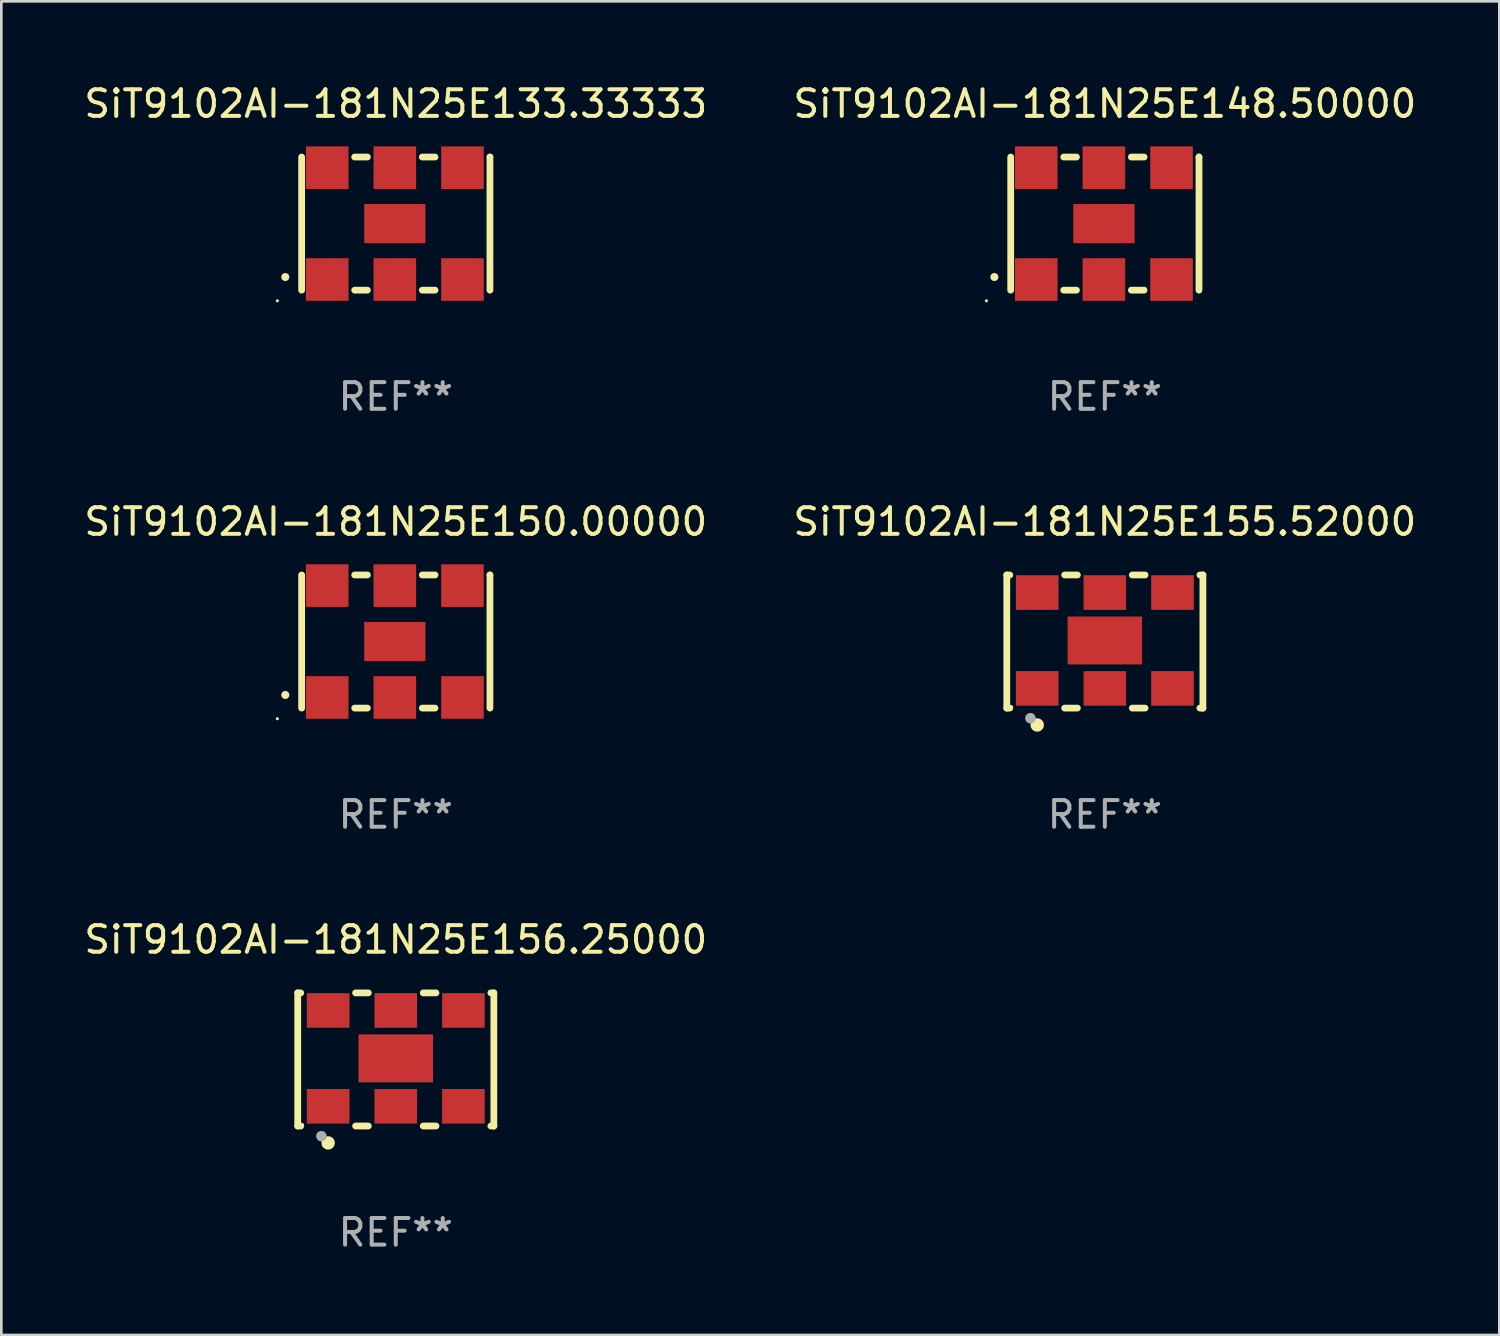
<source format=kicad_pcb>
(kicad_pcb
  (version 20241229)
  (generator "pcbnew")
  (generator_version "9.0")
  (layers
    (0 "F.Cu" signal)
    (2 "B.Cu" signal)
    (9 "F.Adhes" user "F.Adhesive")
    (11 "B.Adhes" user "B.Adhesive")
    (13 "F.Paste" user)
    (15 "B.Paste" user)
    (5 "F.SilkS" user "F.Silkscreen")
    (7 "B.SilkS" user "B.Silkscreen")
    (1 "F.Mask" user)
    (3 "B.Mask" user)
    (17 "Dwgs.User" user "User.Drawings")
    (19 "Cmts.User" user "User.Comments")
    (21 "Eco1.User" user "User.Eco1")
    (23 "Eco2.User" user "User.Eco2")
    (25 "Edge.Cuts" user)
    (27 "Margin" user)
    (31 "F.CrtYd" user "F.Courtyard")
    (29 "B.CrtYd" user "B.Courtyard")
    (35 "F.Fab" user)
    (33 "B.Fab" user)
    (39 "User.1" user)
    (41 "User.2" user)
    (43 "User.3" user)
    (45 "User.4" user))
  (footprint "SiT9102AI-181N25E156.25000"
    (layer "F.Cu")
    (at 11.815 36.741)
    (property "Reference" "SiT9102AI-181N25E156.25000" (at 0 -4.5 0) (layer "F.SilkS") (effects (font (size 1 1) (thickness 0.15))))
    (attr through_hole)
    (fp_line (start -3.683 -2.5) (end -3.571 -2.5) (stroke (width 0.254) (type solid)) (layer "F.SilkS"))
    (fp_line (start -3.683 2.5) (end -3.683 -2.5) (stroke (width 0.254) (type solid)) (layer "F.SilkS"))
    (fp_line (start -3.683 2.5) (end -3.571 2.5) (stroke (width 0.254) (type solid)) (layer "F.SilkS"))
    (fp_line (start -1.509 -2.5) (end -1.031 -2.5) (stroke (width 0.254) (type solid)) (layer "F.SilkS"))
    (fp_line (start -1.509 2.5) (end -1.031 2.5) (stroke (width 0.254) (type solid)) (layer "F.SilkS"))
    (fp_line (start 1.031 -2.5) (end 1.509 -2.5) (stroke (width 0.254) (type solid)) (layer "F.SilkS"))
    (fp_line (start 1.031 2.5) (end 1.509 2.5) (stroke (width 0.254) (type solid)) (layer "F.SilkS"))
    (fp_line (start 3.571 -2.5) (end 3.683 -2.5) (stroke (width 0.254) (type solid)) (layer "F.SilkS"))
    (fp_line (start 3.571 2.5) (end 3.683 2.5) (stroke (width 0.254) (type solid)) (layer "F.SilkS"))
    (fp_line (start 3.683 2.5) (end 3.683 -2.5) (stroke (width 0.254) (type solid)) (layer "F.SilkS"))
    (fp_circle (center -3.5 2.46) (end -3.47 2.46) (stroke (width 0.06) (type solid)) (fill no) (layer "F.SilkS"))
    (fp_circle (center -2.54 3.135) (end -2.413 3.135) (stroke (width 0.254) (type solid)) (fill no) (layer "F.SilkS"))
    (fp_circle (center -2.794 2.881) (end -2.694 2.881) (stroke (width 0.2) (type solid)) (fill no) (layer "F.Fab"))
    (fp_text user "REF**" (at 0 6.5 0) (layer "F.Fab") (effects (font (size 1 1) (thickness 0.15))))
    (pad "1" smd rect (at -2.54 1.76) (size 1.6 1.3) (layers "F.Cu" "F.Mask" "F.Paste"))
    (pad "2" smd rect (at 0 1.76) (size 1.6 1.3) (layers "F.Cu" "F.Mask" "F.Paste"))
    (pad "3" smd rect (at 2.54 1.76) (size 1.6 1.3) (layers "F.Cu" "F.Mask" "F.Paste"))
    (pad "4" smd rect (at 2.54 -1.84) (size 1.6 1.3) (layers "F.Cu" "F.Mask" "F.Paste"))
    (pad "5" smd rect (at 0 -1.84) (size 1.6 1.3) (layers "F.Cu" "F.Mask" "F.Paste"))
    (pad "6" smd rect (at -2.54 -1.84) (size 1.6 1.3) (layers "F.Cu" "F.Mask" "F.Paste"))
    (pad "7" smd rect (at 0 -0.04) (size 2.8 1.8) (layers "F.Cu" "F.Mask" "F.Paste")))
  (footprint "SiT9102AI-181N25E148.50000"
    (layer "F.Cu")
    (at 38.446 5.348)
    (property "Reference" "SiT9102AI-181N25E148.50000" (at 0 -4.5 0) (layer "F.SilkS") (effects (font (size 1 1) (thickness 0.15))))
    (attr through_hole)
    (fp_line (start -3.536 -2.5) (end -3.536 2.5) (stroke (width 0.254) (type solid)) (layer "F.SilkS"))
    (fp_line (start -1.544 2.5) (end -1.067 2.5) (stroke (width 0.254) (type solid)) (layer "F.SilkS"))
    (fp_line (start -1.067 -2.5) (end -1.544 -2.5) (stroke (width 0.254) (type solid)) (layer "F.SilkS"))
    (fp_line (start 0.996 2.5) (end 1.473 2.5) (stroke (width 0.254) (type solid)) (layer "F.SilkS"))
    (fp_line (start 1.473 -2.5) (end 0.996 -2.5) (stroke (width 0.254) (type solid)) (layer "F.SilkS"))
    (fp_line (start 3.536 -2.5) (end 3.536 -2.5) (stroke (width 0.254) (type solid)) (layer "F.SilkS"))
    (fp_line (start 3.536 2.5) (end 3.536 -2.5) (stroke (width 0.254) (type solid)) (layer "F.SilkS"))
    (fp_arc (start -4.150432 2.006604) (mid -4.149162 2.006599) (end -4.147892 2.006604) (stroke (width 0.3) (type solid)) (layer "F.SilkS"))
    (fp_circle (center -4.449 2.9) (end -4.419 2.9) (stroke (width 0.06) (type solid)) (fill no) (layer "F.SilkS"))
    (fp_text user "REF**" (at 0 6.5 0) (layer "F.Fab") (effects (font (size 1 1) (thickness 0.15))))
    (pad "1" smd rect (at -2.576 2.1) (size 1.6 1.6) (layers "F.Cu" "F.Mask" "F.Paste"))
    (pad "2" smd rect (at -0.036 2.1) (size 1.6 1.6) (layers "F.Cu" "F.Mask" "F.Paste"))
    (pad "3" smd rect (at 2.504 2.1) (size 1.6 1.6) (layers "F.Cu" "F.Mask" "F.Paste"))
    (pad "4" smd rect (at 2.504 -2.1) (size 1.6 1.6) (layers "F.Cu" "F.Mask" "F.Paste"))
    (pad "5" smd rect (at -0.036 -2.1) (size 1.6 1.6) (layers "F.Cu" "F.Mask" "F.Paste"))
    (pad "6" smd rect (at -2.576 -2.1) (size 1.6 1.6) (layers "F.Cu" "F.Mask" "F.Paste"))
    (pad "7" smd rect (at -0.036 0) (size 2.3 1.47) (layers "F.Cu" "F.Mask" "F.Paste")))
  (footprint "SiT9102AI-181N25E133.33333"
    (layer "F.Cu")
    (at 11.815 5.348)
    (property "Reference" "SiT9102AI-181N25E133.33333" (at 0 -4.5 0) (layer "F.SilkS") (effects (font (size 1 1) (thickness 0.15))))
    (attr through_hole)
    (fp_line (start -3.536 -2.5) (end -3.536 2.5) (stroke (width 0.254) (type solid)) (layer "F.SilkS"))
    (fp_line (start -1.544 2.5) (end -1.067 2.5) (stroke (width 0.254) (type solid)) (layer "F.SilkS"))
    (fp_line (start -1.067 -2.5) (end -1.544 -2.5) (stroke (width 0.254) (type solid)) (layer "F.SilkS"))
    (fp_line (start 0.996 2.5) (end 1.473 2.5) (stroke (width 0.254) (type solid)) (layer "F.SilkS"))
    (fp_line (start 1.473 -2.5) (end 0.996 -2.5) (stroke (width 0.254) (type solid)) (layer "F.SilkS"))
    (fp_line (start 3.536 -2.5) (end 3.536 -2.5) (stroke (width 0.254) (type solid)) (layer "F.SilkS"))
    (fp_line (start 3.536 2.5) (end 3.536 -2.5) (stroke (width 0.254) (type solid)) (layer "F.SilkS"))
    (fp_arc (start -4.150432 2.006604) (mid -4.149162 2.006599) (end -4.147892 2.006604) (stroke (width 0.3) (type solid)) (layer "F.SilkS"))
    (fp_circle (center -4.449 2.9) (end -4.419 2.9) (stroke (width 0.06) (type solid)) (fill no) (layer "F.SilkS"))
    (fp_text user "REF**" (at 0 6.5 0) (layer "F.Fab") (effects (font (size 1 1) (thickness 0.15))))
    (pad "1" smd rect (at -2.576 2.1) (size 1.6 1.6) (layers "F.Cu" "F.Mask" "F.Paste"))
    (pad "2" smd rect (at -0.036 2.1) (size 1.6 1.6) (layers "F.Cu" "F.Mask" "F.Paste"))
    (pad "3" smd rect (at 2.504 2.1) (size 1.6 1.6) (layers "F.Cu" "F.Mask" "F.Paste"))
    (pad "4" smd rect (at 2.504 -2.1) (size 1.6 1.6) (layers "F.Cu" "F.Mask" "F.Paste"))
    (pad "5" smd rect (at -0.036 -2.1) (size 1.6 1.6) (layers "F.Cu" "F.Mask" "F.Paste"))
    (pad "6" smd rect (at -2.576 -2.1) (size 1.6 1.6) (layers "F.Cu" "F.Mask" "F.Paste"))
    (pad "7" smd rect (at -0.036 0) (size 2.3 1.47) (layers "F.Cu" "F.Mask" "F.Paste")))
  (footprint "SiT9102AI-181N25E155.52000"
    (layer "F.Cu")
    (at 38.446 21.045)
    (property "Reference" "SiT9102AI-181N25E155.52000" (at 0 -4.5 0) (layer "F.SilkS") (effects (font (size 1 1) (thickness 0.15))))
    (attr through_hole)
    (fp_line (start -3.683 -2.5) (end -3.571 -2.5) (stroke (width 0.254) (type solid)) (layer "F.SilkS"))
    (fp_line (start -3.683 2.5) (end -3.683 -2.5) (stroke (width 0.254) (type solid)) (layer "F.SilkS"))
    (fp_line (start -3.683 2.5) (end -3.571 2.5) (stroke (width 0.254) (type solid)) (layer "F.SilkS"))
    (fp_line (start -1.509 -2.5) (end -1.031 -2.5) (stroke (width 0.254) (type solid)) (layer "F.SilkS"))
    (fp_line (start -1.509 2.5) (end -1.031 2.5) (stroke (width 0.254) (type solid)) (layer "F.SilkS"))
    (fp_line (start 1.031 -2.5) (end 1.509 -2.5) (stroke (width 0.254) (type solid)) (layer "F.SilkS"))
    (fp_line (start 1.031 2.5) (end 1.509 2.5) (stroke (width 0.254) (type solid)) (layer "F.SilkS"))
    (fp_line (start 3.571 -2.5) (end 3.683 -2.5) (stroke (width 0.254) (type solid)) (layer "F.SilkS"))
    (fp_line (start 3.571 2.5) (end 3.683 2.5) (stroke (width 0.254) (type solid)) (layer "F.SilkS"))
    (fp_line (start 3.683 2.5) (end 3.683 -2.5) (stroke (width 0.254) (type solid)) (layer "F.SilkS"))
    (fp_circle (center -3.5 2.46) (end -3.47 2.46) (stroke (width 0.06) (type solid)) (fill no) (layer "F.SilkS"))
    (fp_circle (center -2.54 3.135) (end -2.413 3.135) (stroke (width 0.254) (type solid)) (fill no) (layer "F.SilkS"))
    (fp_circle (center -2.794 2.881) (end -2.694 2.881) (stroke (width 0.2) (type solid)) (fill no) (layer "F.Fab"))
    (fp_text user "REF**" (at 0 6.5 0) (layer "F.Fab") (effects (font (size 1 1) (thickness 0.15))))
    (pad "1" smd rect (at -2.54 1.76) (size 1.6 1.3) (layers "F.Cu" "F.Mask" "F.Paste"))
    (pad "2" smd rect (at 0 1.76) (size 1.6 1.3) (layers "F.Cu" "F.Mask" "F.Paste"))
    (pad "3" smd rect (at 2.54 1.76) (size 1.6 1.3) (layers "F.Cu" "F.Mask" "F.Paste"))
    (pad "4" smd rect (at 2.54 -1.84) (size 1.6 1.3) (layers "F.Cu" "F.Mask" "F.Paste"))
    (pad "5" smd rect (at 0 -1.84) (size 1.6 1.3) (layers "F.Cu" "F.Mask" "F.Paste"))
    (pad "6" smd rect (at -2.54 -1.84) (size 1.6 1.3) (layers "F.Cu" "F.Mask" "F.Paste"))
    (pad "7" smd rect (at 0 -0.04) (size 2.8 1.8) (layers "F.Cu" "F.Mask" "F.Paste")))
  (footprint "SiT9102AI-181N25E150.00000"
    (layer "F.Cu")
    (at 11.815 21.045)
    (property "Reference" "SiT9102AI-181N25E150.00000" (at 0 -4.5 0) (layer "F.SilkS") (effects (font (size 1 1) (thickness 0.15))))
    (attr through_hole)
    (fp_line (start -3.536 -2.5) (end -3.536 2.5) (stroke (width 0.254) (type solid)) (layer "F.SilkS"))
    (fp_line (start -1.544 2.5) (end -1.067 2.5) (stroke (width 0.254) (type solid)) (layer "F.SilkS"))
    (fp_line (start -1.067 -2.5) (end -1.544 -2.5) (stroke (width 0.254) (type solid)) (layer "F.SilkS"))
    (fp_line (start 0.996 2.5) (end 1.473 2.5) (stroke (width 0.254) (type solid)) (layer "F.SilkS"))
    (fp_line (start 1.473 -2.5) (end 0.996 -2.5) (stroke (width 0.254) (type solid)) (layer "F.SilkS"))
    (fp_line (start 3.536 -2.5) (end 3.536 -2.5) (stroke (width 0.254) (type solid)) (layer "F.SilkS"))
    (fp_line (start 3.536 2.5) (end 3.536 -2.5) (stroke (width 0.254) (type solid)) (layer "F.SilkS"))
    (fp_arc (start -4.150432 2.006604) (mid -4.149162 2.006599) (end -4.147892 2.006604) (stroke (width 0.3) (type solid)) (layer "F.SilkS"))
    (fp_circle (center -4.449 2.9) (end -4.419 2.9) (stroke (width 0.06) (type solid)) (fill no) (layer "F.SilkS"))
    (fp_text user "REF**" (at 0 6.5 0) (layer "F.Fab") (effects (font (size 1 1) (thickness 0.15))))
    (pad "1" smd rect (at -2.576 2.1) (size 1.6 1.6) (layers "F.Cu" "F.Mask" "F.Paste"))
    (pad "2" smd rect (at -0.036 2.1) (size 1.6 1.6) (layers "F.Cu" "F.Mask" "F.Paste"))
    (pad "3" smd rect (at 2.504 2.1) (size 1.6 1.6) (layers "F.Cu" "F.Mask" "F.Paste"))
    (pad "4" smd rect (at 2.504 -2.1) (size 1.6 1.6) (layers "F.Cu" "F.Mask" "F.Paste"))
    (pad "5" smd rect (at -0.036 -2.1) (size 1.6 1.6) (layers "F.Cu" "F.Mask" "F.Paste"))
    (pad "6" smd rect (at -2.576 -2.1) (size 1.6 1.6) (layers "F.Cu" "F.Mask" "F.Paste"))
    (pad "7" smd rect (at -0.036 0) (size 2.3 1.47) (layers "F.Cu" "F.Mask" "F.Paste")))
  (gr_rect
    (start -3 -3)
    (end 53.262 47.09)
    (stroke (width 0.1) (type default))
    (fill no)
    (layer "Edge.Cuts")))
</source>
